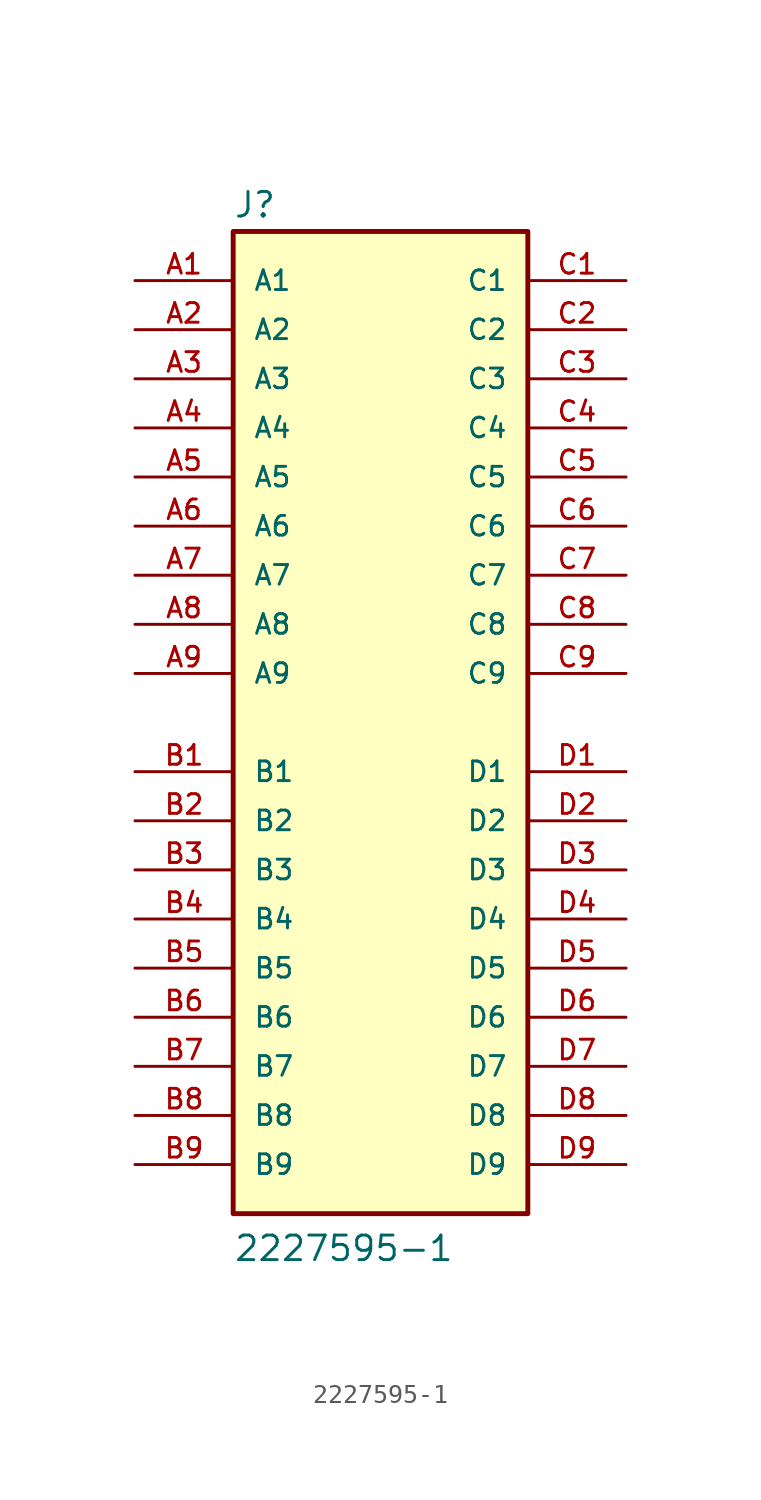
<source format=kicad_sym>
(kicad_symbol_lib
  (version 20211014)
  (generator kicad_symbol_editor)
  (symbol "2227595-1"
    (pin_names
      (offset 1.016))
    (property "Reference" "J"
      (at -7.62 26.035 0)
      (effects (font (size 1.27 1.27)) (justify bottom left)))
    (property "Value" "2227595-1"
      (at -7.62 -27.94 0)
      (effects (font (size 1.27 1.27)) (justify bottom left)))
    (symbol "2227595-1_0_0"
      (rectangle (start -7.62 -25.4) (end 7.62 25.4) (stroke (width 0.254)) (fill (type background)))
      (pin passive line (at -12.7 22.86 0) (length 5.08) (name "A1" (effects (font (size 1.016 1.016)))) (number "A1" (effects (font (size 1.016 1.016)))))
      (pin passive line (at -12.7 20.32 0) (length 5.08) (name "A2" (effects (font (size 1.016 1.016)))) (number "A2" (effects (font (size 1.016 1.016)))))
      (pin passive line (at -12.7 17.78 0) (length 5.08) (name "A3" (effects (font (size 1.016 1.016)))) (number "A3" (effects (font (size 1.016 1.016)))))
      (pin passive line (at -12.7 15.24 0) (length 5.08) (name "A4" (effects (font (size 1.016 1.016)))) (number "A4" (effects (font (size 1.016 1.016)))))
      (pin passive line (at -12.7 12.7 0) (length 5.08) (name "A5" (effects (font (size 1.016 1.016)))) (number "A5" (effects (font (size 1.016 1.016)))))
      (pin passive line (at -12.7 10.16 0) (length 5.08) (name "A6" (effects (font (size 1.016 1.016)))) (number "A6" (effects (font (size 1.016 1.016)))))
      (pin passive line (at -12.7 7.62 0) (length 5.08) (name "A7" (effects (font (size 1.016 1.016)))) (number "A7" (effects (font (size 1.016 1.016)))))
      (pin passive line (at -12.7 5.08 0) (length 5.08) (name "A8" (effects (font (size 1.016 1.016)))) (number "A8" (effects (font (size 1.016 1.016)))))
      (pin passive line (at -12.7 2.54 0) (length 5.08) (name "A9" (effects (font (size 1.016 1.016)))) (number "A9" (effects (font (size 1.016 1.016)))))
      (pin passive line (at -12.7 -2.54 0) (length 5.08) (name "B1" (effects (font (size 1.016 1.016)))) (number "B1" (effects (font (size 1.016 1.016)))))
      (pin passive line (at -12.7 -5.08 0) (length 5.08) (name "B2" (effects (font (size 1.016 1.016)))) (number "B2" (effects (font (size 1.016 1.016)))))
      (pin passive line (at -12.7 -7.62 0) (length 5.08) (name "B3" (effects (font (size 1.016 1.016)))) (number "B3" (effects (font (size 1.016 1.016)))))
      (pin passive line (at -12.7 -10.16 0) (length 5.08) (name "B4" (effects (font (size 1.016 1.016)))) (number "B4" (effects (font (size 1.016 1.016)))))
      (pin passive line (at -12.7 -12.7 0) (length 5.08) (name "B5" (effects (font (size 1.016 1.016)))) (number "B5" (effects (font (size 1.016 1.016)))))
      (pin passive line (at -12.7 -15.24 0) (length 5.08) (name "B6" (effects (font (size 1.016 1.016)))) (number "B6" (effects (font (size 1.016 1.016)))))
      (pin passive line (at -12.7 -17.78 0) (length 5.08) (name "B7" (effects (font (size 1.016 1.016)))) (number "B7" (effects (font (size 1.016 1.016)))))
      (pin passive line (at -12.7 -20.32 0) (length 5.08) (name "B8" (effects (font (size 1.016 1.016)))) (number "B8" (effects (font (size 1.016 1.016)))))
      (pin passive line (at -12.7 -22.86 0) (length 5.08) (name "B9" (effects (font (size 1.016 1.016)))) (number "B9" (effects (font (size 1.016 1.016)))))
      (pin passive line (at 12.7 22.86 180.0) (length 5.08) (name "C1" (effects (font (size 1.016 1.016)))) (number "C1" (effects (font (size 1.016 1.016)))))
      (pin passive line (at 12.7 20.32 180.0) (length 5.08) (name "C2" (effects (font (size 1.016 1.016)))) (number "C2" (effects (font (size 1.016 1.016)))))
      (pin passive line (at 12.7 17.78 180.0) (length 5.08) (name "C3" (effects (font (size 1.016 1.016)))) (number "C3" (effects (font (size 1.016 1.016)))))
      (pin passive line (at 12.7 15.24 180.0) (length 5.08) (name "C4" (effects (font (size 1.016 1.016)))) (number "C4" (effects (font (size 1.016 1.016)))))
      (pin passive line (at 12.7 12.7 180.0) (length 5.08) (name "C5" (effects (font (size 1.016 1.016)))) (number "C5" (effects (font (size 1.016 1.016)))))
      (pin passive line (at 12.7 10.16 180.0) (length 5.08) (name "C6" (effects (font (size 1.016 1.016)))) (number "C6" (effects (font (size 1.016 1.016)))))
      (pin passive line (at 12.7 7.62 180.0) (length 5.08) (name "C7" (effects (font (size 1.016 1.016)))) (number "C7" (effects (font (size 1.016 1.016)))))
      (pin passive line (at 12.7 5.08 180.0) (length 5.08) (name "C8" (effects (font (size 1.016 1.016)))) (number "C8" (effects (font (size 1.016 1.016)))))
      (pin passive line (at 12.7 2.54 180.0) (length 5.08) (name "C9" (effects (font (size 1.016 1.016)))) (number "C9" (effects (font (size 1.016 1.016)))))
      (pin passive line (at 12.7 -2.54 180.0) (length 5.08) (name "D1" (effects (font (size 1.016 1.016)))) (number "D1" (effects (font (size 1.016 1.016)))))
      (pin passive line (at 12.7 -5.08 180.0) (length 5.08) (name "D2" (effects (font (size 1.016 1.016)))) (number "D2" (effects (font (size 1.016 1.016)))))
      (pin passive line (at 12.7 -7.62 180.0) (length 5.08) (name "D3" (effects (font (size 1.016 1.016)))) (number "D3" (effects (font (size 1.016 1.016)))))
      (pin passive line (at 12.7 -10.16 180.0) (length 5.08) (name "D4" (effects (font (size 1.016 1.016)))) (number "D4" (effects (font (size 1.016 1.016)))))
      (pin passive line (at 12.7 -12.7 180.0) (length 5.08) (name "D5" (effects (font (size 1.016 1.016)))) (number "D5" (effects (font (size 1.016 1.016)))))
      (pin passive line (at 12.7 -15.24 180.0) (length 5.08) (name "D6" (effects (font (size 1.016 1.016)))) (number "D6" (effects (font (size 1.016 1.016)))))
      (pin passive line (at 12.7 -17.78 180.0) (length 5.08) (name "D7" (effects (font (size 1.016 1.016)))) (number "D7" (effects (font (size 1.016 1.016)))))
      (pin passive line (at 12.7 -20.32 180.0) (length 5.08) (name "D8" (effects (font (size 1.016 1.016)))) (number "D8" (effects (font (size 1.016 1.016)))))
      (pin passive line (at 12.7 -22.86 180.0) (length 5.08) (name "D9" (effects (font (size 1.016 1.016)))) (number "D9" (effects (font (size 1.016 1.016))))))))
</source>
